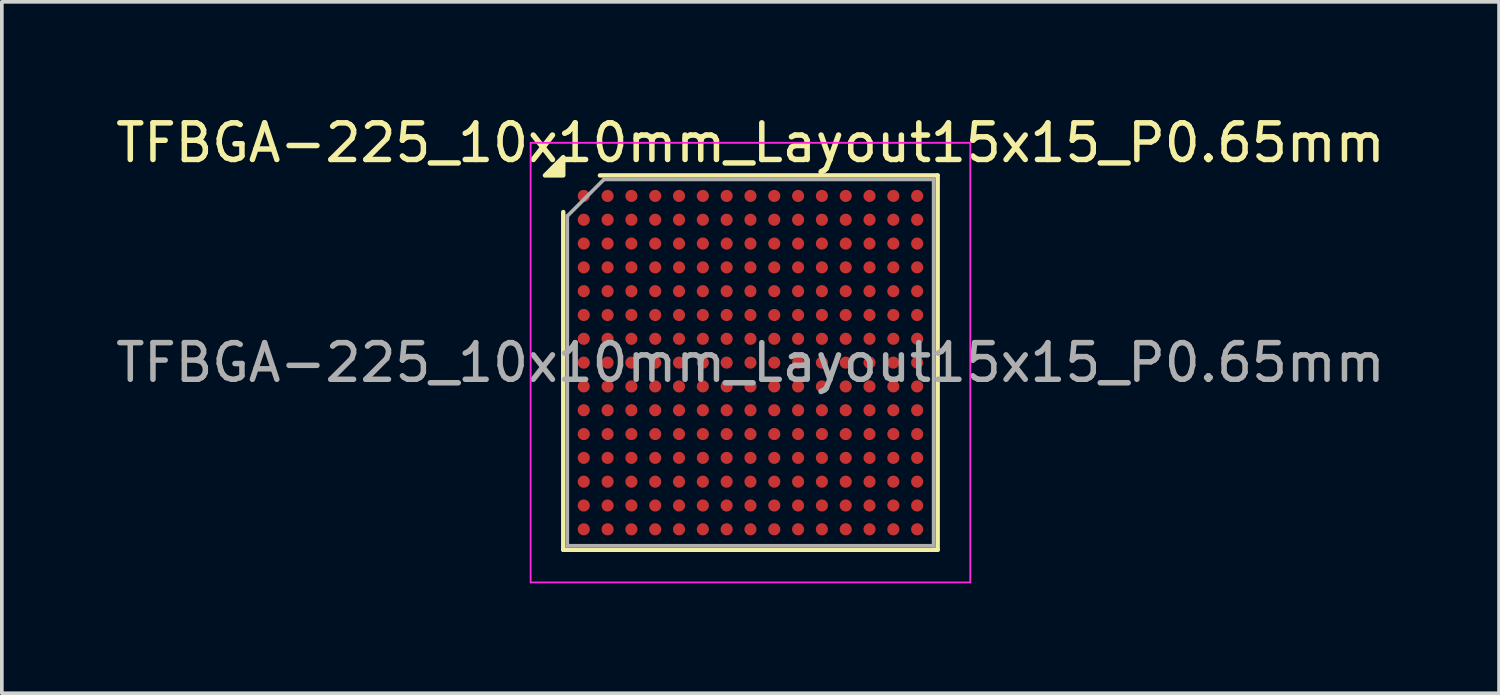
<source format=kicad_pcb>
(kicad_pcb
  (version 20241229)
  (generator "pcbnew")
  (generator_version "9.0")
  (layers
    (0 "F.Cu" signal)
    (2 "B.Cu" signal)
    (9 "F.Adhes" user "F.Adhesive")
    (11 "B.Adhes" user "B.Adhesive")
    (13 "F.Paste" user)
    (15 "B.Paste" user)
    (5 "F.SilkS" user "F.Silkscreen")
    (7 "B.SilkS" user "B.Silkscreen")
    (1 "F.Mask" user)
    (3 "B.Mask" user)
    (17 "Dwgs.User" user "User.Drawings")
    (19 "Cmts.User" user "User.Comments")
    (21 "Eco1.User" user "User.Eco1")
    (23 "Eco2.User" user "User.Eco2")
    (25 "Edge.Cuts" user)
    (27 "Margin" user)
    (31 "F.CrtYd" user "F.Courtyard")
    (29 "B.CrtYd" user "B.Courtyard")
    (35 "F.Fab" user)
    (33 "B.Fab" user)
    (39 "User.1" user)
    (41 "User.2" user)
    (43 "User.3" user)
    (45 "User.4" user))
  (footprint "TFBGA-225_10x10mm_Layout15x15_P0.65mm"
    (layer "F.Cu")
    (at 17.435 6.848)
    (property "Reference" "TFBGA-225_10x10mm_Layout15x15_P0.65mm" (at 0 -6 0) (layer "F.SilkS") (effects (font (size 1 1) (thickness 0.15))))
    (attr smd)
    (fp_line (start -5.11 5.11) (end -5.11 -4.11) (stroke (width 0.12) (type solid)) (layer "F.SilkS"))
    (fp_line (start -4.11 -5.11) (end 5.11 -5.11) (stroke (width 0.12) (type solid)) (layer "F.SilkS"))
    (fp_line (start 5.11 -5.11) (end 5.11 5.11) (stroke (width 0.12) (type solid)) (layer "F.SilkS"))
    (fp_line (start 5.11 5.11) (end -5.11 5.11) (stroke (width 0.12) (type solid)) (layer "F.SilkS"))
    (fp_poly (pts (xy -5.11 -5.11) (xy -5.61 -5.11) (xy -5.11 -5.61)) (stroke (width 0.12) (type solid)) (fill yes) (layer "F.SilkS"))
    (fp_line (start -6 -6) (end -6 6) (stroke (width 0.05) (type solid)) (layer "F.CrtYd"))
    (fp_line (start -6 6) (end 6 6) (stroke (width 0.05) (type solid)) (layer "F.CrtYd"))
    (fp_line (start 6 -6) (end -6 -6) (stroke (width 0.05) (type solid)) (layer "F.CrtYd"))
    (fp_line (start 6 6) (end 6 -6) (stroke (width 0.05) (type solid)) (layer "F.CrtYd"))
    (fp_line (start -5 -4) (end -4 -5) (stroke (width 0.1) (type solid)) (layer "F.Fab"))
    (fp_line (start -5 5) (end -5 -4) (stroke (width 0.1) (type solid)) (layer "F.Fab"))
    (fp_line (start -4 -5) (end 5 -5) (stroke (width 0.1) (type solid)) (layer "F.Fab"))
    (fp_line (start 5 -5) (end 5 5) (stroke (width 0.1) (type solid)) (layer "F.Fab"))
    (fp_line (start 5 5) (end -5 5) (stroke (width 0.1) (type solid)) (layer "F.Fab"))
    (fp_text user "${REFERENCE}" (at 0 0 0) (layer "F.Fab") (effects (font (size 1 1) (thickness 0.15))))
    (pad "A1" smd circle (at -4.55 -4.55) (size 0.33 0.33) (property pad_prop_bga) (layers "F.Cu" "F.Mask" "F.Paste"))
    (pad "A2" smd circle (at -3.9 -4.55) (size 0.33 0.33) (property pad_prop_bga) (layers "F.Cu" "F.Mask" "F.Paste"))
    (pad "A3" smd circle (at -3.25 -4.55) (size 0.33 0.33) (property pad_prop_bga) (layers "F.Cu" "F.Mask" "F.Paste"))
    (pad "A4" smd circle (at -2.6 -4.55) (size 0.33 0.33) (property pad_prop_bga) (layers "F.Cu" "F.Mask" "F.Paste"))
    (pad "A5" smd circle (at -1.95 -4.55) (size 0.33 0.33) (property pad_prop_bga) (layers "F.Cu" "F.Mask" "F.Paste"))
    (pad "A6" smd circle (at -1.3 -4.55) (size 0.33 0.33) (property pad_prop_bga) (layers "F.Cu" "F.Mask" "F.Paste"))
    (pad "A7" smd circle (at -0.65 -4.55) (size 0.33 0.33) (property pad_prop_bga) (layers "F.Cu" "F.Mask" "F.Paste"))
    (pad "A8" smd circle (at 0 -4.55) (size 0.33 0.33) (property pad_prop_bga) (layers "F.Cu" "F.Mask" "F.Paste"))
    (pad "A9" smd circle (at 0.65 -4.55) (size 0.33 0.33) (property pad_prop_bga) (layers "F.Cu" "F.Mask" "F.Paste"))
    (pad "A10" smd circle (at 1.3 -4.55) (size 0.33 0.33) (property pad_prop_bga) (layers "F.Cu" "F.Mask" "F.Paste"))
    (pad "A11" smd circle (at 1.95 -4.55) (size 0.33 0.33) (property pad_prop_bga) (layers "F.Cu" "F.Mask" "F.Paste"))
    (pad "A12" smd circle (at 2.6 -4.55) (size 0.33 0.33) (property pad_prop_bga) (layers "F.Cu" "F.Mask" "F.Paste"))
    (pad "A13" smd circle (at 3.25 -4.55) (size 0.33 0.33) (property pad_prop_bga) (layers "F.Cu" "F.Mask" "F.Paste"))
    (pad "A14" smd circle (at 3.9 -4.55) (size 0.33 0.33) (property pad_prop_bga) (layers "F.Cu" "F.Mask" "F.Paste"))
    (pad "A15" smd circle (at 4.55 -4.55) (size 0.33 0.33) (property pad_prop_bga) (layers "F.Cu" "F.Mask" "F.Paste"))
    (pad "B1" smd circle (at -4.55 -3.9) (size 0.33 0.33) (property pad_prop_bga) (layers "F.Cu" "F.Mask" "F.Paste"))
    (pad "B2" smd circle (at -3.9 -3.9) (size 0.33 0.33) (property pad_prop_bga) (layers "F.Cu" "F.Mask" "F.Paste"))
    (pad "B3" smd circle (at -3.25 -3.9) (size 0.33 0.33) (property pad_prop_bga) (layers "F.Cu" "F.Mask" "F.Paste"))
    (pad "B4" smd circle (at -2.6 -3.9) (size 0.33 0.33) (property pad_prop_bga) (layers "F.Cu" "F.Mask" "F.Paste"))
    (pad "B5" smd circle (at -1.95 -3.9) (size 0.33 0.33) (property pad_prop_bga) (layers "F.Cu" "F.Mask" "F.Paste"))
    (pad "B6" smd circle (at -1.3 -3.9) (size 0.33 0.33) (property pad_prop_bga) (layers "F.Cu" "F.Mask" "F.Paste"))
    (pad "B7" smd circle (at -0.65 -3.9) (size 0.33 0.33) (property pad_prop_bga) (layers "F.Cu" "F.Mask" "F.Paste"))
    (pad "B8" smd circle (at 0 -3.9) (size 0.33 0.33) (property pad_prop_bga) (layers "F.Cu" "F.Mask" "F.Paste"))
    (pad "B9" smd circle (at 0.65 -3.9) (size 0.33 0.33) (property pad_prop_bga) (layers "F.Cu" "F.Mask" "F.Paste"))
    (pad "B10" smd circle (at 1.3 -3.9) (size 0.33 0.33) (property pad_prop_bga) (layers "F.Cu" "F.Mask" "F.Paste"))
    (pad "B11" smd circle (at 1.95 -3.9) (size 0.33 0.33) (property pad_prop_bga) (layers "F.Cu" "F.Mask" "F.Paste"))
    (pad "B12" smd circle (at 2.6 -3.9) (size 0.33 0.33) (property pad_prop_bga) (layers "F.Cu" "F.Mask" "F.Paste"))
    (pad "B13" smd circle (at 3.25 -3.9) (size 0.33 0.33) (property pad_prop_bga) (layers "F.Cu" "F.Mask" "F.Paste"))
    (pad "B14" smd circle (at 3.9 -3.9) (size 0.33 0.33) (property pad_prop_bga) (layers "F.Cu" "F.Mask" "F.Paste"))
    (pad "B15" smd circle (at 4.55 -3.9) (size 0.33 0.33) (property pad_prop_bga) (layers "F.Cu" "F.Mask" "F.Paste"))
    (pad "C1" smd circle (at -4.55 -3.25) (size 0.33 0.33) (property pad_prop_bga) (layers "F.Cu" "F.Mask" "F.Paste"))
    (pad "C2" smd circle (at -3.9 -3.25) (size 0.33 0.33) (property pad_prop_bga) (layers "F.Cu" "F.Mask" "F.Paste"))
    (pad "C3" smd circle (at -3.25 -3.25) (size 0.33 0.33) (property pad_prop_bga) (layers "F.Cu" "F.Mask" "F.Paste"))
    (pad "C4" smd circle (at -2.6 -3.25) (size 0.33 0.33) (property pad_prop_bga) (layers "F.Cu" "F.Mask" "F.Paste"))
    (pad "C5" smd circle (at -1.95 -3.25) (size 0.33 0.33) (property pad_prop_bga) (layers "F.Cu" "F.Mask" "F.Paste"))
    (pad "C6" smd circle (at -1.3 -3.25) (size 0.33 0.33) (property pad_prop_bga) (layers "F.Cu" "F.Mask" "F.Paste"))
    (pad "C7" smd circle (at -0.65 -3.25) (size 0.33 0.33) (property pad_prop_bga) (layers "F.Cu" "F.Mask" "F.Paste"))
    (pad "C8" smd circle (at 0 -3.25) (size 0.33 0.33) (property pad_prop_bga) (layers "F.Cu" "F.Mask" "F.Paste"))
    (pad "C9" smd circle (at 0.65 -3.25) (size 0.33 0.33) (property pad_prop_bga) (layers "F.Cu" "F.Mask" "F.Paste"))
    (pad "C10" smd circle (at 1.3 -3.25) (size 0.33 0.33) (property pad_prop_bga) (layers "F.Cu" "F.Mask" "F.Paste"))
    (pad "C11" smd circle (at 1.95 -3.25) (size 0.33 0.33) (property pad_prop_bga) (layers "F.Cu" "F.Mask" "F.Paste"))
    (pad "C12" smd circle (at 2.6 -3.25) (size 0.33 0.33) (property pad_prop_bga) (layers "F.Cu" "F.Mask" "F.Paste"))
    (pad "C13" smd circle (at 3.25 -3.25) (size 0.33 0.33) (property pad_prop_bga) (layers "F.Cu" "F.Mask" "F.Paste"))
    (pad "C14" smd circle (at 3.9 -3.25) (size 0.33 0.33) (property pad_prop_bga) (layers "F.Cu" "F.Mask" "F.Paste"))
    (pad "C15" smd circle (at 4.55 -3.25) (size 0.33 0.33) (property pad_prop_bga) (layers "F.Cu" "F.Mask" "F.Paste"))
    (pad "D1" smd circle (at -4.55 -2.6) (size 0.33 0.33) (property pad_prop_bga) (layers "F.Cu" "F.Mask" "F.Paste"))
    (pad "D2" smd circle (at -3.9 -2.6) (size 0.33 0.33) (property pad_prop_bga) (layers "F.Cu" "F.Mask" "F.Paste"))
    (pad "D3" smd circle (at -3.25 -2.6) (size 0.33 0.33) (property pad_prop_bga) (layers "F.Cu" "F.Mask" "F.Paste"))
    (pad "D4" smd circle (at -2.6 -2.6) (size 0.33 0.33) (property pad_prop_bga) (layers "F.Cu" "F.Mask" "F.Paste"))
    (pad "D5" smd circle (at -1.95 -2.6) (size 0.33 0.33) (property pad_prop_bga) (layers "F.Cu" "F.Mask" "F.Paste"))
    (pad "D6" smd circle (at -1.3 -2.6) (size 0.33 0.33) (property pad_prop_bga) (layers "F.Cu" "F.Mask" "F.Paste"))
    (pad "D7" smd circle (at -0.65 -2.6) (size 0.33 0.33) (property pad_prop_bga) (layers "F.Cu" "F.Mask" "F.Paste"))
    (pad "D8" smd circle (at 0 -2.6) (size 0.33 0.33) (property pad_prop_bga) (layers "F.Cu" "F.Mask" "F.Paste"))
    (pad "D9" smd circle (at 0.65 -2.6) (size 0.33 0.33) (property pad_prop_bga) (layers "F.Cu" "F.Mask" "F.Paste"))
    (pad "D10" smd circle (at 1.3 -2.6) (size 0.33 0.33) (property pad_prop_bga) (layers "F.Cu" "F.Mask" "F.Paste"))
    (pad "D11" smd circle (at 1.95 -2.6) (size 0.33 0.33) (property pad_prop_bga) (layers "F.Cu" "F.Mask" "F.Paste"))
    (pad "D12" smd circle (at 2.6 -2.6) (size 0.33 0.33) (property pad_prop_bga) (layers "F.Cu" "F.Mask" "F.Paste"))
    (pad "D13" smd circle (at 3.25 -2.6) (size 0.33 0.33) (property pad_prop_bga) (layers "F.Cu" "F.Mask" "F.Paste"))
    (pad "D14" smd circle (at 3.9 -2.6) (size 0.33 0.33) (property pad_prop_bga) (layers "F.Cu" "F.Mask" "F.Paste"))
    (pad "D15" smd circle (at 4.55 -2.6) (size 0.33 0.33) (property pad_prop_bga) (layers "F.Cu" "F.Mask" "F.Paste"))
    (pad "E1" smd circle (at -4.55 -1.95) (size 0.33 0.33) (property pad_prop_bga) (layers "F.Cu" "F.Mask" "F.Paste"))
    (pad "E2" smd circle (at -3.9 -1.95) (size 0.33 0.33) (property pad_prop_bga) (layers "F.Cu" "F.Mask" "F.Paste"))
    (pad "E3" smd circle (at -3.25 -1.95) (size 0.33 0.33) (property pad_prop_bga) (layers "F.Cu" "F.Mask" "F.Paste"))
    (pad "E4" smd circle (at -2.6 -1.95) (size 0.33 0.33) (property pad_prop_bga) (layers "F.Cu" "F.Mask" "F.Paste"))
    (pad "E5" smd circle (at -1.95 -1.95) (size 0.33 0.33) (property pad_prop_bga) (layers "F.Cu" "F.Mask" "F.Paste"))
    (pad "E6" smd circle (at -1.3 -1.95) (size 0.33 0.33) (property pad_prop_bga) (layers "F.Cu" "F.Mask" "F.Paste"))
    (pad "E7" smd circle (at -0.65 -1.95) (size 0.33 0.33) (property pad_prop_bga) (layers "F.Cu" "F.Mask" "F.Paste"))
    (pad "E8" smd circle (at 0 -1.95) (size 0.33 0.33) (property pad_prop_bga) (layers "F.Cu" "F.Mask" "F.Paste"))
    (pad "E9" smd circle (at 0.65 -1.95) (size 0.33 0.33) (property pad_prop_bga) (layers "F.Cu" "F.Mask" "F.Paste"))
    (pad "E10" smd circle (at 1.3 -1.95) (size 0.33 0.33) (property pad_prop_bga) (layers "F.Cu" "F.Mask" "F.Paste"))
    (pad "E11" smd circle (at 1.95 -1.95) (size 0.33 0.33) (property pad_prop_bga) (layers "F.Cu" "F.Mask" "F.Paste"))
    (pad "E12" smd circle (at 2.6 -1.95) (size 0.33 0.33) (property pad_prop_bga) (layers "F.Cu" "F.Mask" "F.Paste"))
    (pad "E13" smd circle (at 3.25 -1.95) (size 0.33 0.33) (property pad_prop_bga) (layers "F.Cu" "F.Mask" "F.Paste"))
    (pad "E14" smd circle (at 3.9 -1.95) (size 0.33 0.33) (property pad_prop_bga) (layers "F.Cu" "F.Mask" "F.Paste"))
    (pad "E15" smd circle (at 4.55 -1.95) (size 0.33 0.33) (property pad_prop_bga) (layers "F.Cu" "F.Mask" "F.Paste"))
    (pad "F1" smd circle (at -4.55 -1.3) (size 0.33 0.33) (property pad_prop_bga) (layers "F.Cu" "F.Mask" "F.Paste"))
    (pad "F2" smd circle (at -3.9 -1.3) (size 0.33 0.33) (property pad_prop_bga) (layers "F.Cu" "F.Mask" "F.Paste"))
    (pad "F3" smd circle (at -3.25 -1.3) (size 0.33 0.33) (property pad_prop_bga) (layers "F.Cu" "F.Mask" "F.Paste"))
    (pad "F4" smd circle (at -2.6 -1.3) (size 0.33 0.33) (property pad_prop_bga) (layers "F.Cu" "F.Mask" "F.Paste"))
    (pad "F5" smd circle (at -1.95 -1.3) (size 0.33 0.33) (property pad_prop_bga) (layers "F.Cu" "F.Mask" "F.Paste"))
    (pad "F6" smd circle (at -1.3 -1.3) (size 0.33 0.33) (property pad_prop_bga) (layers "F.Cu" "F.Mask" "F.Paste"))
    (pad "F7" smd circle (at -0.65 -1.3) (size 0.33 0.33) (property pad_prop_bga) (layers "F.Cu" "F.Mask" "F.Paste"))
    (pad "F8" smd circle (at 0 -1.3) (size 0.33 0.33) (property pad_prop_bga) (layers "F.Cu" "F.Mask" "F.Paste"))
    (pad "F9" smd circle (at 0.65 -1.3) (size 0.33 0.33) (property pad_prop_bga) (layers "F.Cu" "F.Mask" "F.Paste"))
    (pad "F10" smd circle (at 1.3 -1.3) (size 0.33 0.33) (property pad_prop_bga) (layers "F.Cu" "F.Mask" "F.Paste"))
    (pad "F11" smd circle (at 1.95 -1.3) (size 0.33 0.33) (property pad_prop_bga) (layers "F.Cu" "F.Mask" "F.Paste"))
    (pad "F12" smd circle (at 2.6 -1.3) (size 0.33 0.33) (property pad_prop_bga) (layers "F.Cu" "F.Mask" "F.Paste"))
    (pad "F13" smd circle (at 3.25 -1.3) (size 0.33 0.33) (property pad_prop_bga) (layers "F.Cu" "F.Mask" "F.Paste"))
    (pad "F14" smd circle (at 3.9 -1.3) (size 0.33 0.33) (property pad_prop_bga) (layers "F.Cu" "F.Mask" "F.Paste"))
    (pad "F15" smd circle (at 4.55 -1.3) (size 0.33 0.33) (property pad_prop_bga) (layers "F.Cu" "F.Mask" "F.Paste"))
    (pad "G1" smd circle (at -4.55 -0.65) (size 0.33 0.33) (property pad_prop_bga) (layers "F.Cu" "F.Mask" "F.Paste"))
    (pad "G2" smd circle (at -3.9 -0.65) (size 0.33 0.33) (property pad_prop_bga) (layers "F.Cu" "F.Mask" "F.Paste"))
    (pad "G3" smd circle (at -3.25 -0.65) (size 0.33 0.33) (property pad_prop_bga) (layers "F.Cu" "F.Mask" "F.Paste"))
    (pad "G4" smd circle (at -2.6 -0.65) (size 0.33 0.33) (property pad_prop_bga) (layers "F.Cu" "F.Mask" "F.Paste"))
    (pad "G5" smd circle (at -1.95 -0.65) (size 0.33 0.33) (property pad_prop_bga) (layers "F.Cu" "F.Mask" "F.Paste"))
    (pad "G6" smd circle (at -1.3 -0.65) (size 0.33 0.33) (property pad_prop_bga) (layers "F.Cu" "F.Mask" "F.Paste"))
    (pad "G7" smd circle (at -0.65 -0.65) (size 0.33 0.33) (property pad_prop_bga) (layers "F.Cu" "F.Mask" "F.Paste"))
    (pad "G8" smd circle (at 0 -0.65) (size 0.33 0.33) (property pad_prop_bga) (layers "F.Cu" "F.Mask" "F.Paste"))
    (pad "G9" smd circle (at 0.65 -0.65) (size 0.33 0.33) (property pad_prop_bga) (layers "F.Cu" "F.Mask" "F.Paste"))
    (pad "G10" smd circle (at 1.3 -0.65) (size 0.33 0.33) (property pad_prop_bga) (layers "F.Cu" "F.Mask" "F.Paste"))
    (pad "G11" smd circle (at 1.95 -0.65) (size 0.33 0.33) (property pad_prop_bga) (layers "F.Cu" "F.Mask" "F.Paste"))
    (pad "G12" smd circle (at 2.6 -0.65) (size 0.33 0.33) (property pad_prop_bga) (layers "F.Cu" "F.Mask" "F.Paste"))
    (pad "G13" smd circle (at 3.25 -0.65) (size 0.33 0.33) (property pad_prop_bga) (layers "F.Cu" "F.Mask" "F.Paste"))
    (pad "G14" smd circle (at 3.9 -0.65) (size 0.33 0.33) (property pad_prop_bga) (layers "F.Cu" "F.Mask" "F.Paste"))
    (pad "G15" smd circle (at 4.55 -0.65) (size 0.33 0.33) (property pad_prop_bga) (layers "F.Cu" "F.Mask" "F.Paste"))
    (pad "H1" smd circle (at -4.55 0) (size 0.33 0.33) (property pad_prop_bga) (layers "F.Cu" "F.Mask" "F.Paste"))
    (pad "H2" smd circle (at -3.9 0) (size 0.33 0.33) (property pad_prop_bga) (layers "F.Cu" "F.Mask" "F.Paste"))
    (pad "H3" smd circle (at -3.25 0) (size 0.33 0.33) (property pad_prop_bga) (layers "F.Cu" "F.Mask" "F.Paste"))
    (pad "H4" smd circle (at -2.6 0) (size 0.33 0.33) (property pad_prop_bga) (layers "F.Cu" "F.Mask" "F.Paste"))
    (pad "H5" smd circle (at -1.95 0) (size 0.33 0.33) (property pad_prop_bga) (layers "F.Cu" "F.Mask" "F.Paste"))
    (pad "H6" smd circle (at -1.3 0) (size 0.33 0.33) (property pad_prop_bga) (layers "F.Cu" "F.Mask" "F.Paste"))
    (pad "H7" smd circle (at -0.65 0) (size 0.33 0.33) (property pad_prop_bga) (layers "F.Cu" "F.Mask" "F.Paste"))
    (pad "H8" smd circle (at 0 0) (size 0.33 0.33) (property pad_prop_bga) (layers "F.Cu" "F.Mask" "F.Paste"))
    (pad "H9" smd circle (at 0.65 0) (size 0.33 0.33) (property pad_prop_bga) (layers "F.Cu" "F.Mask" "F.Paste"))
    (pad "H10" smd circle (at 1.3 0) (size 0.33 0.33) (property pad_prop_bga) (layers "F.Cu" "F.Mask" "F.Paste"))
    (pad "H11" smd circle (at 1.95 0) (size 0.33 0.33) (property pad_prop_bga) (layers "F.Cu" "F.Mask" "F.Paste"))
    (pad "H12" smd circle (at 2.6 0) (size 0.33 0.33) (property pad_prop_bga) (layers "F.Cu" "F.Mask" "F.Paste"))
    (pad "H13" smd circle (at 3.25 0) (size 0.33 0.33) (property pad_prop_bga) (layers "F.Cu" "F.Mask" "F.Paste"))
    (pad "H14" smd circle (at 3.9 0) (size 0.33 0.33) (property pad_prop_bga) (layers "F.Cu" "F.Mask" "F.Paste"))
    (pad "H15" smd circle (at 4.55 0) (size 0.33 0.33) (property pad_prop_bga) (layers "F.Cu" "F.Mask" "F.Paste"))
    (pad "J1" smd circle (at -4.55 0.65) (size 0.33 0.33) (property pad_prop_bga) (layers "F.Cu" "F.Mask" "F.Paste"))
    (pad "J2" smd circle (at -3.9 0.65) (size 0.33 0.33) (property pad_prop_bga) (layers "F.Cu" "F.Mask" "F.Paste"))
    (pad "J3" smd circle (at -3.25 0.65) (size 0.33 0.33) (property pad_prop_bga) (layers "F.Cu" "F.Mask" "F.Paste"))
    (pad "J4" smd circle (at -2.6 0.65) (size 0.33 0.33) (property pad_prop_bga) (layers "F.Cu" "F.Mask" "F.Paste"))
    (pad "J5" smd circle (at -1.95 0.65) (size 0.33 0.33) (property pad_prop_bga) (layers "F.Cu" "F.Mask" "F.Paste"))
    (pad "J6" smd circle (at -1.3 0.65) (size 0.33 0.33) (property pad_prop_bga) (layers "F.Cu" "F.Mask" "F.Paste"))
    (pad "J7" smd circle (at -0.65 0.65) (size 0.33 0.33) (property pad_prop_bga) (layers "F.Cu" "F.Mask" "F.Paste"))
    (pad "J8" smd circle (at 0 0.65) (size 0.33 0.33) (property pad_prop_bga) (layers "F.Cu" "F.Mask" "F.Paste"))
    (pad "J9" smd circle (at 0.65 0.65) (size 0.33 0.33) (property pad_prop_bga) (layers "F.Cu" "F.Mask" "F.Paste"))
    (pad "J10" smd circle (at 1.3 0.65) (size 0.33 0.33) (property pad_prop_bga) (layers "F.Cu" "F.Mask" "F.Paste"))
    (pad "J11" smd circle (at 1.95 0.65) (size 0.33 0.33) (property pad_prop_bga) (layers "F.Cu" "F.Mask" "F.Paste"))
    (pad "J12" smd circle (at 2.6 0.65) (size 0.33 0.33) (property pad_prop_bga) (layers "F.Cu" "F.Mask" "F.Paste"))
    (pad "J13" smd circle (at 3.25 0.65) (size 0.33 0.33) (property pad_prop_bga) (layers "F.Cu" "F.Mask" "F.Paste"))
    (pad "J14" smd circle (at 3.9 0.65) (size 0.33 0.33) (property pad_prop_bga) (layers "F.Cu" "F.Mask" "F.Paste"))
    (pad "J15" smd circle (at 4.55 0.65) (size 0.33 0.33) (property pad_prop_bga) (layers "F.Cu" "F.Mask" "F.Paste"))
    (pad "K1" smd circle (at -4.55 1.3) (size 0.33 0.33) (property pad_prop_bga) (layers "F.Cu" "F.Mask" "F.Paste"))
    (pad "K2" smd circle (at -3.9 1.3) (size 0.33 0.33) (property pad_prop_bga) (layers "F.Cu" "F.Mask" "F.Paste"))
    (pad "K3" smd circle (at -3.25 1.3) (size 0.33 0.33) (property pad_prop_bga) (layers "F.Cu" "F.Mask" "F.Paste"))
    (pad "K4" smd circle (at -2.6 1.3) (size 0.33 0.33) (property pad_prop_bga) (layers "F.Cu" "F.Mask" "F.Paste"))
    (pad "K5" smd circle (at -1.95 1.3) (size 0.33 0.33) (property pad_prop_bga) (layers "F.Cu" "F.Mask" "F.Paste"))
    (pad "K6" smd circle (at -1.3 1.3) (size 0.33 0.33) (property pad_prop_bga) (layers "F.Cu" "F.Mask" "F.Paste"))
    (pad "K7" smd circle (at -0.65 1.3) (size 0.33 0.33) (property pad_prop_bga) (layers "F.Cu" "F.Mask" "F.Paste"))
    (pad "K8" smd circle (at 0 1.3) (size 0.33 0.33) (property pad_prop_bga) (layers "F.Cu" "F.Mask" "F.Paste"))
    (pad "K9" smd circle (at 0.65 1.3) (size 0.33 0.33) (property pad_prop_bga) (layers "F.Cu" "F.Mask" "F.Paste"))
    (pad "K10" smd circle (at 1.3 1.3) (size 0.33 0.33) (property pad_prop_bga) (layers "F.Cu" "F.Mask" "F.Paste"))
    (pad "K11" smd circle (at 1.95 1.3) (size 0.33 0.33) (property pad_prop_bga) (layers "F.Cu" "F.Mask" "F.Paste"))
    (pad "K12" smd circle (at 2.6 1.3) (size 0.33 0.33) (property pad_prop_bga) (layers "F.Cu" "F.Mask" "F.Paste"))
    (pad "K13" smd circle (at 3.25 1.3) (size 0.33 0.33) (property pad_prop_bga) (layers "F.Cu" "F.Mask" "F.Paste"))
    (pad "K14" smd circle (at 3.9 1.3) (size 0.33 0.33) (property pad_prop_bga) (layers "F.Cu" "F.Mask" "F.Paste"))
    (pad "K15" smd circle (at 4.55 1.3) (size 0.33 0.33) (property pad_prop_bga) (layers "F.Cu" "F.Mask" "F.Paste"))
    (pad "L1" smd circle (at -4.55 1.95) (size 0.33 0.33) (property pad_prop_bga) (layers "F.Cu" "F.Mask" "F.Paste"))
    (pad "L2" smd circle (at -3.9 1.95) (size 0.33 0.33) (property pad_prop_bga) (layers "F.Cu" "F.Mask" "F.Paste"))
    (pad "L3" smd circle (at -3.25 1.95) (size 0.33 0.33) (property pad_prop_bga) (layers "F.Cu" "F.Mask" "F.Paste"))
    (pad "L4" smd circle (at -2.6 1.95) (size 0.33 0.33) (property pad_prop_bga) (layers "F.Cu" "F.Mask" "F.Paste"))
    (pad "L5" smd circle (at -1.95 1.95) (size 0.33 0.33) (property pad_prop_bga) (layers "F.Cu" "F.Mask" "F.Paste"))
    (pad "L6" smd circle (at -1.3 1.95) (size 0.33 0.33) (property pad_prop_bga) (layers "F.Cu" "F.Mask" "F.Paste"))
    (pad "L7" smd circle (at -0.65 1.95) (size 0.33 0.33) (property pad_prop_bga) (layers "F.Cu" "F.Mask" "F.Paste"))
    (pad "L8" smd circle (at 0 1.95) (size 0.33 0.33) (property pad_prop_bga) (layers "F.Cu" "F.Mask" "F.Paste"))
    (pad "L9" smd circle (at 0.65 1.95) (size 0.33 0.33) (property pad_prop_bga) (layers "F.Cu" "F.Mask" "F.Paste"))
    (pad "L10" smd circle (at 1.3 1.95) (size 0.33 0.33) (property pad_prop_bga) (layers "F.Cu" "F.Mask" "F.Paste"))
    (pad "L11" smd circle (at 1.95 1.95) (size 0.33 0.33) (property pad_prop_bga) (layers "F.Cu" "F.Mask" "F.Paste"))
    (pad "L12" smd circle (at 2.6 1.95) (size 0.33 0.33) (property pad_prop_bga) (layers "F.Cu" "F.Mask" "F.Paste"))
    (pad "L13" smd circle (at 3.25 1.95) (size 0.33 0.33) (property pad_prop_bga) (layers "F.Cu" "F.Mask" "F.Paste"))
    (pad "L14" smd circle (at 3.9 1.95) (size 0.33 0.33) (property pad_prop_bga) (layers "F.Cu" "F.Mask" "F.Paste"))
    (pad "L15" smd circle (at 4.55 1.95) (size 0.33 0.33) (property pad_prop_bga) (layers "F.Cu" "F.Mask" "F.Paste"))
    (pad "M1" smd circle (at -4.55 2.6) (size 0.33 0.33) (property pad_prop_bga) (layers "F.Cu" "F.Mask" "F.Paste"))
    (pad "M2" smd circle (at -3.9 2.6) (size 0.33 0.33) (property pad_prop_bga) (layers "F.Cu" "F.Mask" "F.Paste"))
    (pad "M3" smd circle (at -3.25 2.6) (size 0.33 0.33) (property pad_prop_bga) (layers "F.Cu" "F.Mask" "F.Paste"))
    (pad "M4" smd circle (at -2.6 2.6) (size 0.33 0.33) (property pad_prop_bga) (layers "F.Cu" "F.Mask" "F.Paste"))
    (pad "M5" smd circle (at -1.95 2.6) (size 0.33 0.33) (property pad_prop_bga) (layers "F.Cu" "F.Mask" "F.Paste"))
    (pad "M6" smd circle (at -1.3 2.6) (size 0.33 0.33) (property pad_prop_bga) (layers "F.Cu" "F.Mask" "F.Paste"))
    (pad "M7" smd circle (at -0.65 2.6) (size 0.33 0.33) (property pad_prop_bga) (layers "F.Cu" "F.Mask" "F.Paste"))
    (pad "M8" smd circle (at 0 2.6) (size 0.33 0.33) (property pad_prop_bga) (layers "F.Cu" "F.Mask" "F.Paste"))
    (pad "M9" smd circle (at 0.65 2.6) (size 0.33 0.33) (property pad_prop_bga) (layers "F.Cu" "F.Mask" "F.Paste"))
    (pad "M10" smd circle (at 1.3 2.6) (size 0.33 0.33) (property pad_prop_bga) (layers "F.Cu" "F.Mask" "F.Paste"))
    (pad "M11" smd circle (at 1.95 2.6) (size 0.33 0.33) (property pad_prop_bga) (layers "F.Cu" "F.Mask" "F.Paste"))
    (pad "M12" smd circle (at 2.6 2.6) (size 0.33 0.33) (property pad_prop_bga) (layers "F.Cu" "F.Mask" "F.Paste"))
    (pad "M13" smd circle (at 3.25 2.6) (size 0.33 0.33) (property pad_prop_bga) (layers "F.Cu" "F.Mask" "F.Paste"))
    (pad "M14" smd circle (at 3.9 2.6) (size 0.33 0.33) (property pad_prop_bga) (layers "F.Cu" "F.Mask" "F.Paste"))
    (pad "M15" smd circle (at 4.55 2.6) (size 0.33 0.33) (property pad_prop_bga) (layers "F.Cu" "F.Mask" "F.Paste"))
    (pad "N1" smd circle (at -4.55 3.25) (size 0.33 0.33) (property pad_prop_bga) (layers "F.Cu" "F.Mask" "F.Paste"))
    (pad "N2" smd circle (at -3.9 3.25) (size 0.33 0.33) (property pad_prop_bga) (layers "F.Cu" "F.Mask" "F.Paste"))
    (pad "N3" smd circle (at -3.25 3.25) (size 0.33 0.33) (property pad_prop_bga) (layers "F.Cu" "F.Mask" "F.Paste"))
    (pad "N4" smd circle (at -2.6 3.25) (size 0.33 0.33) (property pad_prop_bga) (layers "F.Cu" "F.Mask" "F.Paste"))
    (pad "N5" smd circle (at -1.95 3.25) (size 0.33 0.33) (property pad_prop_bga) (layers "F.Cu" "F.Mask" "F.Paste"))
    (pad "N6" smd circle (at -1.3 3.25) (size 0.33 0.33) (property pad_prop_bga) (layers "F.Cu" "F.Mask" "F.Paste"))
    (pad "N7" smd circle (at -0.65 3.25) (size 0.33 0.33) (property pad_prop_bga) (layers "F.Cu" "F.Mask" "F.Paste"))
    (pad "N8" smd circle (at 0 3.25) (size 0.33 0.33) (property pad_prop_bga) (layers "F.Cu" "F.Mask" "F.Paste"))
    (pad "N9" smd circle (at 0.65 3.25) (size 0.33 0.33) (property pad_prop_bga) (layers "F.Cu" "F.Mask" "F.Paste"))
    (pad "N10" smd circle (at 1.3 3.25) (size 0.33 0.33) (property pad_prop_bga) (layers "F.Cu" "F.Mask" "F.Paste"))
    (pad "N11" smd circle (at 1.95 3.25) (size 0.33 0.33) (property pad_prop_bga) (layers "F.Cu" "F.Mask" "F.Paste"))
    (pad "N12" smd circle (at 2.6 3.25) (size 0.33 0.33) (property pad_prop_bga) (layers "F.Cu" "F.Mask" "F.Paste"))
    (pad "N13" smd circle (at 3.25 3.25) (size 0.33 0.33) (property pad_prop_bga) (layers "F.Cu" "F.Mask" "F.Paste"))
    (pad "N14" smd circle (at 3.9 3.25) (size 0.33 0.33) (property pad_prop_bga) (layers "F.Cu" "F.Mask" "F.Paste"))
    (pad "N15" smd circle (at 4.55 3.25) (size 0.33 0.33) (property pad_prop_bga) (layers "F.Cu" "F.Mask" "F.Paste"))
    (pad "P1" smd circle (at -4.55 3.9) (size 0.33 0.33) (property pad_prop_bga) (layers "F.Cu" "F.Mask" "F.Paste"))
    (pad "P2" smd circle (at -3.9 3.9) (size 0.33 0.33) (property pad_prop_bga) (layers "F.Cu" "F.Mask" "F.Paste"))
    (pad "P3" smd circle (at -3.25 3.9) (size 0.33 0.33) (property pad_prop_bga) (layers "F.Cu" "F.Mask" "F.Paste"))
    (pad "P4" smd circle (at -2.6 3.9) (size 0.33 0.33) (property pad_prop_bga) (layers "F.Cu" "F.Mask" "F.Paste"))
    (pad "P5" smd circle (at -1.95 3.9) (size 0.33 0.33) (property pad_prop_bga) (layers "F.Cu" "F.Mask" "F.Paste"))
    (pad "P6" smd circle (at -1.3 3.9) (size 0.33 0.33) (property pad_prop_bga) (layers "F.Cu" "F.Mask" "F.Paste"))
    (pad "P7" smd circle (at -0.65 3.9) (size 0.33 0.33) (property pad_prop_bga) (layers "F.Cu" "F.Mask" "F.Paste"))
    (pad "P8" smd circle (at 0 3.9) (size 0.33 0.33) (property pad_prop_bga) (layers "F.Cu" "F.Mask" "F.Paste"))
    (pad "P9" smd circle (at 0.65 3.9) (size 0.33 0.33) (property pad_prop_bga) (layers "F.Cu" "F.Mask" "F.Paste"))
    (pad "P10" smd circle (at 1.3 3.9) (size 0.33 0.33) (property pad_prop_bga) (layers "F.Cu" "F.Mask" "F.Paste"))
    (pad "P11" smd circle (at 1.95 3.9) (size 0.33 0.33) (property pad_prop_bga) (layers "F.Cu" "F.Mask" "F.Paste"))
    (pad "P12" smd circle (at 2.6 3.9) (size 0.33 0.33) (property pad_prop_bga) (layers "F.Cu" "F.Mask" "F.Paste"))
    (pad "P13" smd circle (at 3.25 3.9) (size 0.33 0.33) (property pad_prop_bga) (layers "F.Cu" "F.Mask" "F.Paste"))
    (pad "P14" smd circle (at 3.9 3.9) (size 0.33 0.33) (property pad_prop_bga) (layers "F.Cu" "F.Mask" "F.Paste"))
    (pad "P15" smd circle (at 4.55 3.9) (size 0.33 0.33) (property pad_prop_bga) (layers "F.Cu" "F.Mask" "F.Paste"))
    (pad "R1" smd circle (at -4.55 4.55) (size 0.33 0.33) (property pad_prop_bga) (layers "F.Cu" "F.Mask" "F.Paste"))
    (pad "R2" smd circle (at -3.9 4.55) (size 0.33 0.33) (property pad_prop_bga) (layers "F.Cu" "F.Mask" "F.Paste"))
    (pad "R3" smd circle (at -3.25 4.55) (size 0.33 0.33) (property pad_prop_bga) (layers "F.Cu" "F.Mask" "F.Paste"))
    (pad "R4" smd circle (at -2.6 4.55) (size 0.33 0.33) (property pad_prop_bga) (layers "F.Cu" "F.Mask" "F.Paste"))
    (pad "R5" smd circle (at -1.95 4.55) (size 0.33 0.33) (property pad_prop_bga) (layers "F.Cu" "F.Mask" "F.Paste"))
    (pad "R6" smd circle (at -1.3 4.55) (size 0.33 0.33) (property pad_prop_bga) (layers "F.Cu" "F.Mask" "F.Paste"))
    (pad "R7" smd circle (at -0.65 4.55) (size 0.33 0.33) (property pad_prop_bga) (layers "F.Cu" "F.Mask" "F.Paste"))
    (pad "R8" smd circle (at 0 4.55) (size 0.33 0.33) (property pad_prop_bga) (layers "F.Cu" "F.Mask" "F.Paste"))
    (pad "R9" smd circle (at 0.65 4.55) (size 0.33 0.33) (property pad_prop_bga) (layers "F.Cu" "F.Mask" "F.Paste"))
    (pad "R10" smd circle (at 1.3 4.55) (size 0.33 0.33) (property pad_prop_bga) (layers "F.Cu" "F.Mask" "F.Paste"))
    (pad "R11" smd circle (at 1.95 4.55) (size 0.33 0.33) (property pad_prop_bga) (layers "F.Cu" "F.Mask" "F.Paste"))
    (pad "R12" smd circle (at 2.6 4.55) (size 0.33 0.33) (property pad_prop_bga) (layers "F.Cu" "F.Mask" "F.Paste"))
    (pad "R13" smd circle (at 3.25 4.55) (size 0.33 0.33) (property pad_prop_bga) (layers "F.Cu" "F.Mask" "F.Paste"))
    (pad "R14" smd circle (at 3.9 4.55) (size 0.33 0.33) (property pad_prop_bga) (layers "F.Cu" "F.Mask" "F.Paste"))
    (pad "R15" smd circle (at 4.55 4.55) (size 0.33 0.33) (property pad_prop_bga) (layers "F.Cu" "F.Mask" "F.Paste")))
  (gr_rect
    (start -3 -3)
    (end 37.869 15.873)
    (stroke (width 0.1) (type default))
    (fill no)
    (layer "Edge.Cuts")))
</source>
